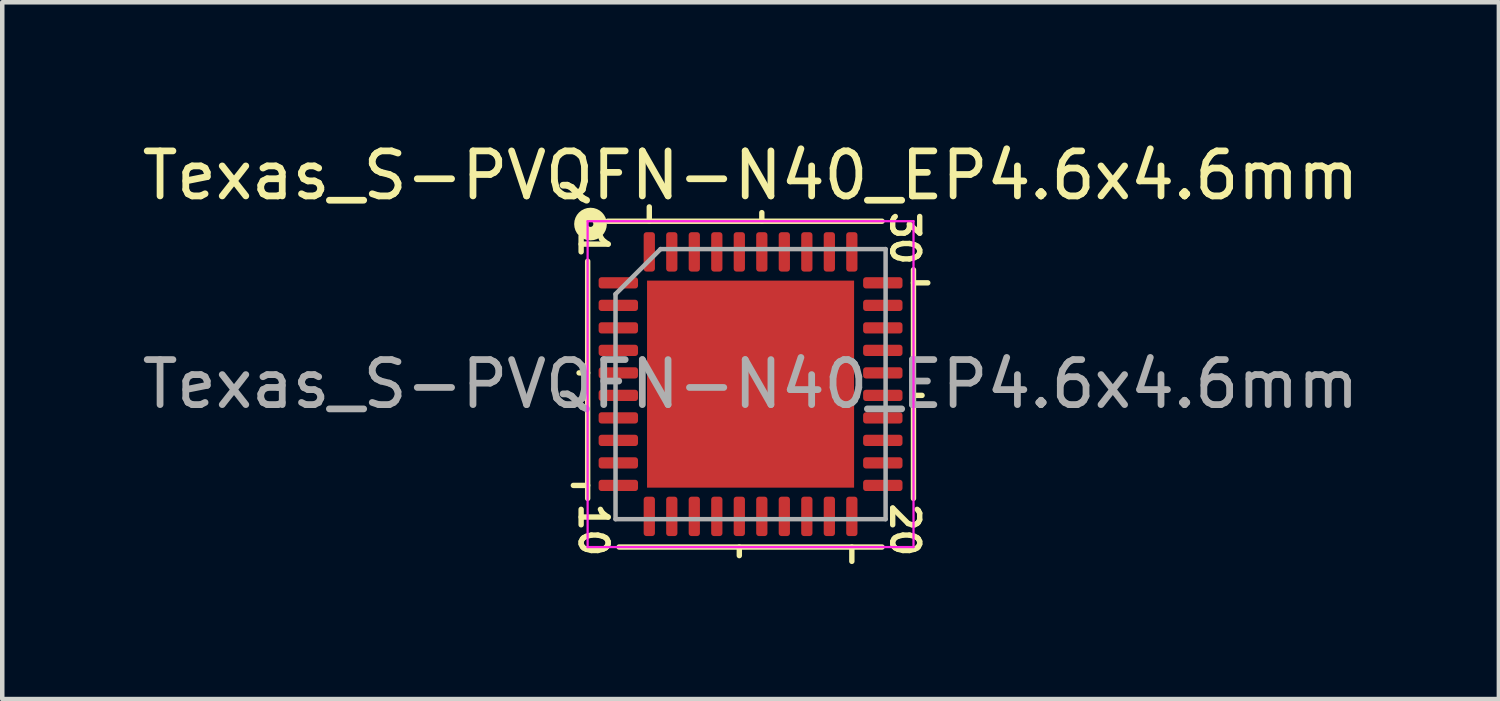
<source format=kicad_pcb>
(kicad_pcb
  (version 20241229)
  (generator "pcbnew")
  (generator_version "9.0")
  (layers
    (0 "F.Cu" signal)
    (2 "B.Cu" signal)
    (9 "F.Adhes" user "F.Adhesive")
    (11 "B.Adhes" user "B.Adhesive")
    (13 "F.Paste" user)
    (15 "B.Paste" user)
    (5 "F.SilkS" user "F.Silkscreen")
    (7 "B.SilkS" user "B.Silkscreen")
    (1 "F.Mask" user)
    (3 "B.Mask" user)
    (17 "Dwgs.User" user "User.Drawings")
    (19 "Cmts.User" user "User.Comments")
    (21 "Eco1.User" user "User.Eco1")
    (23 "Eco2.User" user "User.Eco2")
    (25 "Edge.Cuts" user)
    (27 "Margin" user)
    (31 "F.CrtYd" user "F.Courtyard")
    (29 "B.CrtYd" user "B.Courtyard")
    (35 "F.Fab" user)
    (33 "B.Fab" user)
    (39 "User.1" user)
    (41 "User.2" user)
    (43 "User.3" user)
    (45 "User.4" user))
  (footprint "Texas_S-PVQFN-N40_EP4.6x4.6mm"
    (layer "F.Cu")
    (at 13.625 5.484)
    (property "Reference" "Texas_S-PVQFN-N40_EP4.6x4.6mm" (at 0 -4.636 0) (layer "F.SilkS") (effects (font (size 1 1) (thickness 0.15))))
    (attr smd)
    (fp_line (start -3.619 -2.731) (end -3.619 2.54) (stroke (width 0.12) (type solid)) (layer "F.SilkS"))
    (fp_line (start -3.619 -0.25) (end -3.81 -0.25) (stroke (width 0.12) (type solid)) (layer "F.SilkS"))
    (fp_line (start -3.619 2.25) (end -3.937 2.25) (stroke (width 0.12) (type solid)) (layer "F.SilkS"))
    (fp_line (start -2.921 3.619) (end 2.921 3.619) (stroke (width 0.12) (type solid)) (layer "F.SilkS"))
    (fp_line (start -2.25 -3.619) (end -2.25 -3.937) (stroke (width 0.12) (type solid)) (layer "F.SilkS"))
    (fp_line (start -0.25 3.619) (end -0.25 3.81) (stroke (width 0.12) (type solid)) (layer "F.SilkS"))
    (fp_line (start 0.25 -3.619) (end 0.25 -3.81) (stroke (width 0.12) (type solid)) (layer "F.SilkS"))
    (fp_line (start 2.25 3.619) (end 2.25 3.937) (stroke (width 0.12) (type solid)) (layer "F.SilkS"))
    (fp_line (start 2.921 -3.619) (end -3.175 -3.619) (stroke (width 0.12) (type solid)) (layer "F.SilkS"))
    (fp_line (start 3.619 -2.25) (end 3.937 -2.25) (stroke (width 0.12) (type solid)) (layer "F.SilkS"))
    (fp_line (start 3.619 0.25) (end 3.81 0.25) (stroke (width 0.12) (type solid)) (layer "F.SilkS"))
    (fp_line (start 3.619 2.54) (end 3.619 -2.54) (stroke (width 0.12) (type solid)) (layer "F.SilkS"))
    (fp_circle (center -3.556 -3.556) (end -3.493 -3.556) (stroke (width 0.3) (type solid)) (fill no) (layer "F.SilkS"))
    (fp_line (start -3.62 -3.62) (end -3.62 3.62) (stroke (width 0.05) (type solid)) (layer "F.CrtYd"))
    (fp_line (start -3.62 3.62) (end 3.62 3.62) (stroke (width 0.05) (type solid)) (layer "F.CrtYd"))
    (fp_line (start 3.62 -3.62) (end -3.62 -3.62) (stroke (width 0.05) (type solid)) (layer "F.CrtYd"))
    (fp_line (start 3.62 3.62) (end 3.62 -3.62) (stroke (width 0.05) (type solid)) (layer "F.CrtYd"))
    (fp_line (start -3 -2) (end -2 -3) (stroke (width 0.1) (type solid)) (layer "F.Fab"))
    (fp_line (start -3 3) (end -3 -2) (stroke (width 0.1) (type solid)) (layer "F.Fab"))
    (fp_line (start -2 -3) (end 3 -3) (stroke (width 0.1) (type solid)) (layer "F.Fab"))
    (fp_line (start 3 -3) (end 3 3) (stroke (width 0.1) (type solid)) (layer "F.Fab"))
    (fp_line (start 3 3) (end -3 3) (stroke (width 0.1) (type solid)) (layer "F.Fab"))
    (fp_text user "1" (at -3.493 -3.111 270) (unlocked yes) (layer "F.SilkS") (effects (font (size 0.6 0.6) (thickness 0.12))))
    (fp_text user "10" (at -3.493 3.239 270) (unlocked yes) (layer "F.SilkS") (effects (font (size 0.6 0.6) (thickness 0.12))))
    (fp_text user "30" (at 3.429 -3.239 270) (unlocked yes) (layer "F.SilkS") (effects (font (size 0.6 0.6) (thickness 0.12))))
    (fp_text user "20" (at 3.429 3.239 270) (unlocked yes) (layer "F.SilkS") (effects (font (size 0.6 0.6) (thickness 0.12))))
    (fp_text user "${REFERENCE}" (at 0 0 0) (layer "F.Fab") (effects (font (size 1 1) (thickness 0.15))))
    (pad "" smd roundrect (at -1.53 -1.53) (size 1.24 1.24) (layers "F.Paste") (roundrect_rratio 0.202))
    (pad "" smd roundrect (at -1.53 0) (size 1.24 1.24) (layers "F.Paste") (roundrect_rratio 0.202))
    (pad "" smd roundrect (at -1.53 1.53) (size 1.24 1.24) (layers "F.Paste") (roundrect_rratio 0.202))
    (pad "" smd roundrect (at 0 -1.53) (size 1.24 1.24) (layers "F.Paste") (roundrect_rratio 0.202))
    (pad "" smd roundrect (at 0 0) (size 1.24 1.24) (layers "F.Paste") (roundrect_rratio 0.202))
    (pad "" smd roundrect (at 0 1.53) (size 1.24 1.24) (layers "F.Paste") (roundrect_rratio 0.202))
    (pad "" smd roundrect (at 1.53 -1.53) (size 1.24 1.24) (layers "F.Paste") (roundrect_rratio 0.202))
    (pad "" smd roundrect (at 1.53 0) (size 1.24 1.24) (layers "F.Paste") (roundrect_rratio 0.202))
    (pad "" smd roundrect (at 1.53 1.53) (size 1.24 1.24) (layers "F.Paste") (roundrect_rratio 0.202))
    (pad "1" smd roundrect (at -2.938 -2.25) (size 0.875 0.25) (layers "F.Cu" "F.Mask" "F.Paste") (roundrect_rratio 0.25))
    (pad "2" smd roundrect (at -2.938 -1.75) (size 0.875 0.25) (layers "F.Cu" "F.Mask" "F.Paste") (roundrect_rratio 0.25))
    (pad "3" smd roundrect (at -2.938 -1.25) (size 0.875 0.25) (layers "F.Cu" "F.Mask" "F.Paste") (roundrect_rratio 0.25))
    (pad "4" smd roundrect (at -2.938 -0.75) (size 0.875 0.25) (layers "F.Cu" "F.Mask" "F.Paste") (roundrect_rratio 0.25))
    (pad "5" smd roundrect (at -2.938 -0.25) (size 0.875 0.25) (layers "F.Cu" "F.Mask" "F.Paste") (roundrect_rratio 0.25))
    (pad "6" smd roundrect (at -2.938 0.25) (size 0.875 0.25) (layers "F.Cu" "F.Mask" "F.Paste") (roundrect_rratio 0.25))
    (pad "7" smd roundrect (at -2.938 0.75) (size 0.875 0.25) (layers "F.Cu" "F.Mask" "F.Paste") (roundrect_rratio 0.25))
    (pad "8" smd roundrect (at -2.938 1.25) (size 0.875 0.25) (layers "F.Cu" "F.Mask" "F.Paste") (roundrect_rratio 0.25))
    (pad "9" smd roundrect (at -2.938 1.75) (size 0.875 0.25) (layers "F.Cu" "F.Mask" "F.Paste") (roundrect_rratio 0.25))
    (pad "10" smd roundrect (at -2.938 2.25) (size 0.875 0.25) (layers "F.Cu" "F.Mask" "F.Paste") (roundrect_rratio 0.25))
    (pad "11" smd roundrect (at -2.25 2.938) (size 0.25 0.875) (layers "F.Cu" "F.Mask" "F.Paste") (roundrect_rratio 0.25))
    (pad "12" smd roundrect (at -1.75 2.938) (size 0.25 0.875) (layers "F.Cu" "F.Mask" "F.Paste") (roundrect_rratio 0.25))
    (pad "13" smd roundrect (at -1.25 2.938) (size 0.25 0.875) (layers "F.Cu" "F.Mask" "F.Paste") (roundrect_rratio 0.25))
    (pad "14" smd roundrect (at -0.75 2.938) (size 0.25 0.875) (layers "F.Cu" "F.Mask" "F.Paste") (roundrect_rratio 0.25))
    (pad "15" smd roundrect (at -0.25 2.938) (size 0.25 0.875) (layers "F.Cu" "F.Mask" "F.Paste") (roundrect_rratio 0.25))
    (pad "16" smd roundrect (at 0.25 2.938) (size 0.25 0.875) (layers "F.Cu" "F.Mask" "F.Paste") (roundrect_rratio 0.25))
    (pad "17" smd roundrect (at 0.75 2.938) (size 0.25 0.875) (layers "F.Cu" "F.Mask" "F.Paste") (roundrect_rratio 0.25))
    (pad "18" smd roundrect (at 1.25 2.938) (size 0.25 0.875) (layers "F.Cu" "F.Mask" "F.Paste") (roundrect_rratio 0.25))
    (pad "19" smd roundrect (at 1.75 2.938) (size 0.25 0.875) (layers "F.Cu" "F.Mask" "F.Paste") (roundrect_rratio 0.25))
    (pad "20" smd roundrect (at 2.25 2.938) (size 0.25 0.875) (layers "F.Cu" "F.Mask" "F.Paste") (roundrect_rratio 0.25))
    (pad "21" smd roundrect (at 2.938 2.25) (size 0.875 0.25) (layers "F.Cu" "F.Mask" "F.Paste") (roundrect_rratio 0.25))
    (pad "22" smd roundrect (at 2.938 1.75) (size 0.875 0.25) (layers "F.Cu" "F.Mask" "F.Paste") (roundrect_rratio 0.25))
    (pad "23" smd roundrect (at 2.938 1.25) (size 0.875 0.25) (layers "F.Cu" "F.Mask" "F.Paste") (roundrect_rratio 0.25))
    (pad "24" smd roundrect (at 2.938 0.75) (size 0.875 0.25) (layers "F.Cu" "F.Mask" "F.Paste") (roundrect_rratio 0.25))
    (pad "25" smd roundrect (at 2.938 0.25) (size 0.875 0.25) (layers "F.Cu" "F.Mask" "F.Paste") (roundrect_rratio 0.25))
    (pad "26" smd roundrect (at 2.938 -0.25) (size 0.875 0.25) (layers "F.Cu" "F.Mask" "F.Paste") (roundrect_rratio 0.25))
    (pad "27" smd roundrect (at 2.938 -0.75) (size 0.875 0.25) (layers "F.Cu" "F.Mask" "F.Paste") (roundrect_rratio 0.25))
    (pad "28" smd roundrect (at 2.938 -1.25) (size 0.875 0.25) (layers "F.Cu" "F.Mask" "F.Paste") (roundrect_rratio 0.25))
    (pad "29" smd roundrect (at 2.938 -1.75) (size 0.875 0.25) (layers "F.Cu" "F.Mask" "F.Paste") (roundrect_rratio 0.25))
    (pad "30" smd roundrect (at 2.938 -2.25) (size 0.875 0.25) (layers "F.Cu" "F.Mask" "F.Paste") (roundrect_rratio 0.25))
    (pad "31" smd roundrect (at 2.25 -2.938) (size 0.25 0.875) (layers "F.Cu" "F.Mask" "F.Paste") (roundrect_rratio 0.25))
    (pad "32" smd roundrect (at 1.75 -2.938) (size 0.25 0.875) (layers "F.Cu" "F.Mask" "F.Paste") (roundrect_rratio 0.25))
    (pad "33" smd roundrect (at 1.25 -2.938) (size 0.25 0.875) (layers "F.Cu" "F.Mask" "F.Paste") (roundrect_rratio 0.25))
    (pad "34" smd roundrect (at 0.75 -2.938) (size 0.25 0.875) (layers "F.Cu" "F.Mask" "F.Paste") (roundrect_rratio 0.25))
    (pad "35" smd roundrect (at 0.25 -2.938) (size 0.25 0.875) (layers "F.Cu" "F.Mask" "F.Paste") (roundrect_rratio 0.25))
    (pad "36" smd roundrect (at -0.25 -2.938) (size 0.25 0.875) (layers "F.Cu" "F.Mask" "F.Paste") (roundrect_rratio 0.25))
    (pad "37" smd roundrect (at -0.75 -2.938) (size 0.25 0.875) (layers "F.Cu" "F.Mask" "F.Paste") (roundrect_rratio 0.25))
    (pad "38" smd roundrect (at -1.25 -2.938) (size 0.25 0.875) (layers "F.Cu" "F.Mask" "F.Paste") (roundrect_rratio 0.25))
    (pad "39" smd roundrect (at -1.75 -2.938) (size 0.25 0.875) (layers "F.Cu" "F.Mask" "F.Paste") (roundrect_rratio 0.25))
    (pad "40" smd roundrect (at -2.25 -2.938) (size 0.25 0.875) (layers "F.Cu" "F.Mask" "F.Paste") (roundrect_rratio 0.25))
    (pad "41" smd rect (at 0 0) (size 4.6 4.6) (layers "F.Cu" "F.Mask")))
  (gr_rect
    (start -3 -3)
    (end 30.25 12.481)
    (stroke (width 0.1) (type default))
    (fill no)
    (layer "Edge.Cuts")))
</source>
